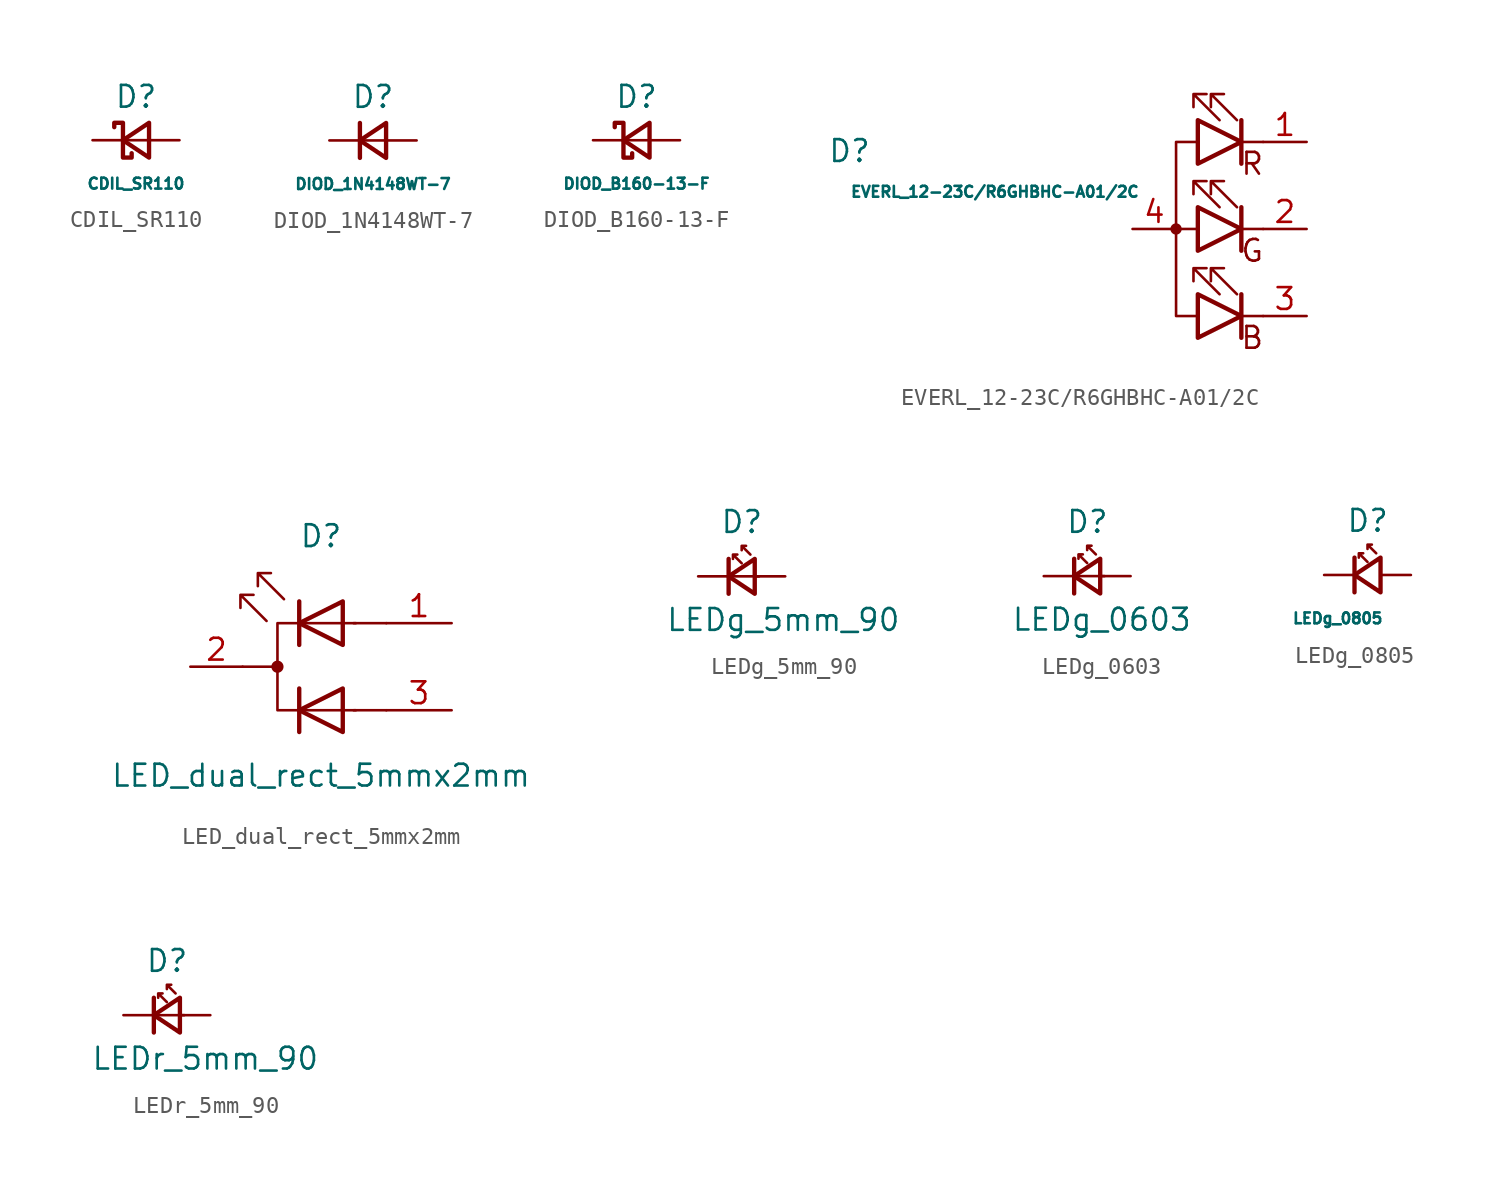
<source format=kicad_sym>
(kicad_symbol_lib
  (version 20220914)
  (generator kicad_symbol_editor)
  (symbol "CDIL_SR110"
    (pin_numbers hide)
    (pin_names hide)
    (property "Reference" "D"
      (at 0 2.54 0)
      (effects (font (size 1.27 1.27))))
    (property "Value" "CDIL_SR110"
      (at 0 -2.54 0)
      (effects (font (size 0.635 0.635))))
    (symbol "CDIL_SR110_1_1"
      (polyline (pts (xy -0.762 0) (xy 0.762 0)) (stroke (width 0) (type default)) (fill (type none)))
      (polyline (pts (xy 0.762 -1.016) (xy -0.762 0) (xy 0.762 1.016) (xy 0.762 -1.016)) (stroke (width 0.254) (type default)) (fill (type none)))
      (polyline (pts (xy -1.27 0.762) (xy -1.27 1.016) (xy -0.762 1.016) (xy -0.762 -1.016) (xy -0.254 -1.016) (xy -0.254 -0.762)) (stroke (width 0.254) (type default)) (fill (type none)))
      (pin passive line (at -2.54 0 0) (length 1.778) (name "K" (effects (font (size 1.27 1.27)))) (number "1" (effects (font (size 1.27 1.27)))))
      (pin passive line (at 2.54 0 180) (length 1.778) (name "A" (effects (font (size 1.27 1.27)))) (number "2" (effects (font (size 1.27 1.27)))))))
  (symbol "DIOD_1N4148WT-7"
    (pin_numbers hide)
    (pin_names hide)
    (property "Reference" "D"
      (at 0 2.54 0)
      (effects (font (size 1.27 1.27))))
    (property "Value" "DIOD_1N4148WT-7"
      (at 0 -2.54 0)
      (effects (font (size 0.635 0.635))))
    (symbol "DIOD_1N4148WT-7_1_1"
      (polyline (pts (xy -0.762 0) (xy 0.762 0)) (stroke (width 0) (type default)) (fill (type none)))
      (polyline (pts (xy 0.762 -1.016) (xy -0.762 0) (xy 0.762 1.016) (xy 0.762 -1.016)) (stroke (width 0.254) (type default)) (fill (type none)))
      (polyline (pts (xy -0.762 1.016) (xy -0.762 1.016) (xy -0.762 1.016) (xy -0.762 -1.016) (xy -0.762 -1.016) (xy -0.762 -1.016)) (stroke (width 0.254) (type default)) (fill (type none)))
      (pin passive line (at -2.54 0 0) (length 1.778) (name "K" (effects (font (size 1.27 1.27)))) (number "1" (effects (font (size 1.27 1.27)))))
      (pin passive line (at 2.54 0 180) (length 1.778) (name "A" (effects (font (size 1.27 1.27)))) (number "2" (effects (font (size 1.27 1.27)))))))
  (symbol "DIOD_B160-13-F"
    (pin_numbers hide)
    (pin_names hide)
    (property "Reference" "D"
      (at 0 2.54 0)
      (effects (font (size 1.27 1.27))))
    (property "Value" "DIOD_B160-13-F"
      (at 0 -2.54 0)
      (effects (font (size 0.635 0.635))))
    (symbol "DIOD_B160-13-F_1_1"
      (polyline (pts (xy -0.762 0) (xy 0.762 0)) (stroke (width 0) (type default)) (fill (type none)))
      (polyline (pts (xy 0.762 -1.016) (xy -0.762 0) (xy 0.762 1.016) (xy 0.762 -1.016)) (stroke (width 0.254) (type default)) (fill (type none)))
      (polyline (pts (xy -1.27 0.762) (xy -1.27 1.016) (xy -0.762 1.016) (xy -0.762 -1.016) (xy -0.254 -1.016) (xy -0.254 -0.762)) (stroke (width 0.254) (type default)) (fill (type none)))
      (pin passive line (at -2.54 0 0) (length 1.778) (name "K" (effects (font (size 1.27 1.27)))) (number "1" (effects (font (size 1.27 1.27)))))
      (pin passive line (at 2.54 0 180) (length 1.778) (name "A" (effects (font (size 1.27 1.27)))) (number "2" (effects (font (size 1.27 1.27)))))))
  (symbol "EVERL_12-23C/R6GHBHC-A01/2C"
    (pin_names hide)
    (property "Reference" "D"
      (at -15.24 3.81 0)
      (effects (font (size 1.27 1.27)) (justify right bottom)))
    (property "Value" "EVERL_12-23C/R6GHBHC-A01/2C"
      (at -16.51 2.54 0)
      (effects (font (size 0.635 0.635)) (justify left top)))
    (symbol "EVERL_12-23C/R6GHBHC-A01/2C_0_0"
      (text "B" (at 6.985 -6.35 0) (effects (font (size 1.27 1.27))))
      (text "G" (at 6.985 -1.27 0) (effects (font (size 1.27 1.27))))
      (text "R" (at 6.985 3.81 0) (effects (font (size 1.27 1.27)))))
    (symbol "EVERL_12-23C/R6GHBHC-A01/2C_0_1"
      (polyline (pts (xy 2.54 0) (xy 3.81 0)) (stroke (width 0) (type default)) (fill (type none)))
      (polyline (pts (xy 6.35 -3.81) (xy 6.35 -6.35)) (stroke (width 0.254) (type default)) (fill (type none)))
      (polyline (pts (xy 6.35 0) (xy 7.62 0)) (stroke (width 0) (type default)) (fill (type none)))
      (polyline (pts (xy 6.35 1.27) (xy 6.35 -1.27)) (stroke (width 0.254) (type default)) (fill (type none)))
      (polyline (pts (xy 6.35 5.08) (xy 7.62 5.08)) (stroke (width 0) (type default)) (fill (type none)))
      (polyline (pts (xy 6.35 6.35) (xy 6.35 3.81)) (stroke (width 0.254) (type default)) (fill (type none)))
      (polyline (pts (xy 7.62 -5.08) (xy 6.35 -5.08)) (stroke (width 0) (type default)) (fill (type none)))
      (polyline (pts (xy 3.81 -5.08) (xy 2.54 -5.08) (xy 2.54 5.08) (xy 3.81 5.08)) (stroke (width 0) (type default)) (fill (type none)))
      (polyline (pts (xy 3.81 -3.81) (xy 3.81 -6.35) (xy 6.35 -5.08) (xy 3.81 -3.81)) (stroke (width 0.254) (type default)) (fill (type none)))
      (polyline (pts (xy 3.81 1.27) (xy 3.81 -1.27) (xy 6.35 0) (xy 3.81 1.27)) (stroke (width 0.254) (type default)) (fill (type none)))
      (polyline (pts (xy 3.81 6.35) (xy 3.81 3.81) (xy 6.35 5.08) (xy 3.81 6.35)) (stroke (width 0.254) (type default)) (fill (type none)))
      (polyline (pts (xy 5.08 -3.81) (xy 3.556 -2.286) (xy 4.318 -2.286) (xy 3.556 -2.286) (xy 3.556 -3.048)) (stroke (width 0) (type default)) (fill (type none)))
      (polyline (pts (xy 5.08 1.27) (xy 3.556 2.794) (xy 4.318 2.794) (xy 3.556 2.794) (xy 3.556 2.032)) (stroke (width 0) (type default)) (fill (type none)))
      (polyline (pts (xy 5.08 6.35) (xy 3.556 7.874) (xy 4.318 7.874) (xy 3.556 7.874) (xy 3.556 7.112)) (stroke (width 0) (type default)) (fill (type none)))
      (polyline (pts (xy 6.096 -3.81) (xy 4.572 -2.286) (xy 5.334 -2.286) (xy 4.572 -2.286) (xy 4.572 -3.048)) (stroke (width 0) (type default)) (fill (type none)))
      (polyline (pts (xy 6.096 1.27) (xy 4.572 2.794) (xy 5.334 2.794) (xy 4.572 2.794) (xy 4.572 2.032)) (stroke (width 0) (type default)) (fill (type none)))
      (polyline (pts (xy 6.096 6.35) (xy 4.572 7.874) (xy 5.334 7.874) (xy 4.572 7.874) (xy 4.572 7.112)) (stroke (width 0) (type default)) (fill (type none)))
      (circle (center 2.54 0) (radius 0.254) (stroke (width 0) (type default)) (fill (type outline)))
      (rectangle (start 3.81 6.35) (end 3.81 6.35) (stroke (width 0) (type default)) (fill (type none))))
    (symbol "EVERL_12-23C/R6GHBHC-A01/2C_1_1"
      (pin input line (at 10.16 5.08 180) (length 2.54) (name "R" (effects (font (size 1.27 1.27)))) (number "1" (effects (font (size 1.27 1.27)))))
      (pin input line (at 10.16 0 180) (length 2.54) (name "G" (effects (font (size 1.27 1.27)))) (number "2" (effects (font (size 1.27 1.27)))))
      (pin input line (at 10.16 -5.08 180) (length 2.54) (name "B" (effects (font (size 1.27 1.27)))) (number "3" (effects (font (size 1.27 1.27)))))
      (pin power_in line (at 0 0 0) (length 2.54) (name "A" (effects (font (size 1.27 1.27)))) (number "4" (effects (font (size 1.27 1.27)))))))
  (symbol "LED_dual_rect_5mmx2mm"
    (pin_names
      (offset 0) hide)
    (property "Reference" "D"
      (at 0 7.62 0)
      (effects (font (size 1.27 1.27))))
    (property "Value" "LED_dual_rect_5mmx2mm"
      (at 0 -6.35 0)
      (effects (font (size 1.27 1.27))))
    (symbol "LED_dual_rect_5mmx2mm_0_1"
      (circle (center -2.54 0) (radius 0.279) (stroke (width 0) (type default)) (fill (type outline)))
      (polyline (pts (xy -4.572 0) (xy -2.54 0)) (stroke (width 0) (type default)) (fill (type none)))
      (polyline (pts (xy -1.27 -1.27) (xy -1.27 -3.81)) (stroke (width 0.254) (type default)) (fill (type none)))
      (polyline (pts (xy -1.27 1.27) (xy -1.27 3.81)) (stroke (width 0.254) (type default)) (fill (type none)))
      (polyline (pts (xy 3.81 -2.54) (xy 1.905 -2.54)) (stroke (width 0) (type default)) (fill (type none)))
      (polyline (pts (xy 3.81 2.54) (xy 1.905 2.54)) (stroke (width 0) (type default)) (fill (type none)))
      (polyline (pts (xy 1.27 -3.81) (xy 1.27 -1.27) (xy -1.27 -2.54) (xy 1.27 -3.81)) (stroke (width 0.254) (type default)) (fill (type none)))
      (polyline (pts (xy 1.27 1.27) (xy 1.27 3.81) (xy -1.27 2.54) (xy 1.27 1.27)) (stroke (width 0.254) (type default)) (fill (type none)))
      (polyline (pts (xy 2.032 2.54) (xy -2.54 2.54) (xy -2.54 -2.54) (xy 2.032 -2.54)) (stroke (width 0) (type default)) (fill (type none)))
      (polyline (pts (xy -3.175 2.667) (xy -4.699 4.191) (xy -4.699 3.429) (xy -4.699 4.191) (xy -3.937 4.191)) (stroke (width 0) (type default)) (fill (type none)))
      (polyline (pts (xy -2.159 3.937) (xy -3.683 5.461) (xy -3.683 4.699) (xy -3.683 5.461) (xy -2.921 5.461)) (stroke (width 0) (type default)) (fill (type none))))
    (symbol "LED_dual_rect_5mmx2mm_1_1"
      (pin input line (at 7.62 2.54 180) (length 3.81) (name "A1" (effects (font (size 1.27 1.27)))) (number "1" (effects (font (size 1.27 1.27)))))
      (pin input line (at -7.62 0 0) (length 3.048) (name "K" (effects (font (size 1.27 1.27)))) (number "2" (effects (font (size 1.27 1.27)))))
      (pin input line (at 7.62 -2.54 180) (length 3.81) (name "A2" (effects (font (size 1.27 1.27)))) (number "3" (effects (font (size 1.27 1.27)))))))
  (symbol "LEDg_5mm_90"
    (pin_numbers hide)
    (pin_names
      (offset 0.254) hide)
    (property "Reference" "D"
      (at -1.27 3.175 0)
      (effects (font (size 1.27 1.27)) (justify left)))
    (property "Value" "LEDg_5mm_90"
      (at -4.445 -2.54 0)
      (effects (font (size 1.27 1.27)) (justify left)))
    (symbol "LEDg_5mm_90_0_1"
      (polyline (pts (xy -0.762 -1.016) (xy -0.762 1.016)) (stroke (width 0.254) (type default)) (fill (type none)))
      (polyline (pts (xy 1.016 0) (xy -0.762 0)) (stroke (width 0) (type default)) (fill (type none)))
      (polyline (pts (xy 0.762 -1.016) (xy -0.762 0) (xy 0.762 1.016) (xy 0.762 -1.016)) (stroke (width 0.254) (type default)) (fill (type none)))
      (polyline (pts (xy 0 0.762) (xy -0.508 1.27) (xy -0.254 1.27) (xy -0.508 1.27) (xy -0.508 1.016)) (stroke (width 0) (type default)) (fill (type none)))
      (polyline (pts (xy 0.508 1.27) (xy 0 1.778) (xy 0.254 1.778) (xy 0 1.778) (xy 0 1.524)) (stroke (width 0) (type default)) (fill (type none))))
    (symbol "LEDg_5mm_90_1_1"
      (pin passive line (at 2.54 0 180) (length 1.778) (name "A" (effects (font (size 1.27 1.27)))) (number "1" (effects (font (size 1.27 1.27)))))
      (pin passive line (at -2.54 0 0) (length 1.778) (name "K" (effects (font (size 1.27 1.27)))) (number "2" (effects (font (size 1.27 1.27)))))))
  (symbol "LEDg_0603"
    (pin_numbers hide)
    (pin_names
      (offset 0.254) hide)
    (property "Reference" "D"
      (at -1.27 3.175 0)
      (effects (font (size 1.27 1.27)) (justify left)))
    (property "Value" "LEDg_0603"
      (at -4.445 -2.54 0)
      (effects (font (size 1.27 1.27)) (justify left)))
    (symbol "LEDg_0603_0_1"
      (polyline (pts (xy -0.762 -1.016) (xy -0.762 1.016)) (stroke (width 0.254) (type default)) (fill (type none)))
      (polyline (pts (xy 1.016 0) (xy -0.762 0)) (stroke (width 0) (type default)) (fill (type none)))
      (polyline (pts (xy 0.762 -1.016) (xy -0.762 0) (xy 0.762 1.016) (xy 0.762 -1.016)) (stroke (width 0.254) (type default)) (fill (type none)))
      (polyline (pts (xy 0 0.762) (xy -0.508 1.27) (xy -0.254 1.27) (xy -0.508 1.27) (xy -0.508 1.016)) (stroke (width 0) (type default)) (fill (type none)))
      (polyline (pts (xy 0.508 1.27) (xy 0 1.778) (xy 0.254 1.778) (xy 0 1.778) (xy 0 1.524)) (stroke (width 0) (type default)) (fill (type none))))
    (symbol "LEDg_0603_1_1"
      (pin passive line (at -2.54 0 0) (length 1.778) (name "K" (effects (font (size 1.27 1.27)))) (number "1" (effects (font (size 1.27 1.27)))))
      (pin passive line (at 2.54 0 180) (length 1.778) (name "A" (effects (font (size 1.27 1.27)))) (number "2" (effects (font (size 1.27 1.27)))))))
  (symbol "LEDg_0805"
    (pin_numbers hide)
    (pin_names
      (offset 0.254) hide)
    (property "Reference" "D"
      (at -1.27 3.175 0)
      (effects (font (size 1.27 1.27)) (justify left)))
    (property "Value" "LEDg_0805"
      (at -4.445 -2.54 0)
      (effects (font (size 0.635 0.635)) (justify left)))
    (symbol "LEDg_0805_0_1"
      (polyline (pts (xy -0.762 -1.016) (xy -0.762 1.016)) (stroke (width 0.254) (type default)) (fill (type none)))
      (polyline (pts (xy 0.762 -1.016) (xy -0.762 0) (xy 0.762 1.016) (xy 0.762 -1.016)) (stroke (width 0.254) (type default)) (fill (type none)))
      (polyline (pts (xy 0 0.762) (xy -0.508 1.27) (xy -0.254 1.27) (xy -0.508 1.27) (xy -0.508 1.016)) (stroke (width 0) (type default)) (fill (type none)))
      (polyline (pts (xy 0.508 1.27) (xy 0 1.778) (xy 0.254 1.778) (xy 0 1.778) (xy 0 1.524)) (stroke (width 0) (type default)) (fill (type none))))
    (symbol "LEDg_0805_1_1"
      (pin passive line (at -2.54 0 0) (length 1.778) (name "K" (effects (font (size 1.27 1.27)))) (number "1" (effects (font (size 1.27 1.27)))))
      (pin passive line (at 2.54 0 180) (length 1.778) (name "A" (effects (font (size 1.27 1.27)))) (number "2" (effects (font (size 1.27 1.27)))))))
  (symbol "LEDr_5mm_90"
    (pin_numbers hide)
    (pin_names
      (offset 0.254) hide)
    (property "Reference" "D"
      (at -1.27 3.175 0)
      (effects (font (size 1.27 1.27)) (justify left)))
    (property "Value" "LEDr_5mm_90"
      (at -4.445 -2.54 0)
      (effects (font (size 1.27 1.27)) (justify left)))
    (symbol "LEDr_5mm_90_0_1"
      (polyline (pts (xy -0.762 -1.016) (xy -0.762 1.016)) (stroke (width 0.254) (type default)) (fill (type none)))
      (polyline (pts (xy 1.016 0) (xy -0.762 0)) (stroke (width 0) (type default)) (fill (type none)))
      (polyline (pts (xy 0.762 -1.016) (xy -0.762 0) (xy 0.762 1.016) (xy 0.762 -1.016)) (stroke (width 0.254) (type default)) (fill (type none)))
      (polyline (pts (xy 0 0.762) (xy -0.508 1.27) (xy -0.254 1.27) (xy -0.508 1.27) (xy -0.508 1.016)) (stroke (width 0) (type default)) (fill (type none)))
      (polyline (pts (xy 0.508 1.27) (xy 0 1.778) (xy 0.254 1.778) (xy 0 1.778) (xy 0 1.524)) (stroke (width 0) (type default)) (fill (type none))))
    (symbol "LEDr_5mm_90_1_1"
      (pin passive line (at -2.54 0 0) (length 1.778) (name "K" (effects (font (size 1.27 1.27)))) (number "1" (effects (font (size 1.27 1.27)))))
      (pin passive line (at 2.54 0 180) (length 1.778) (name "A" (effects (font (size 1.27 1.27)))) (number "2" (effects (font (size 1.27 1.27))))))))
</source>
